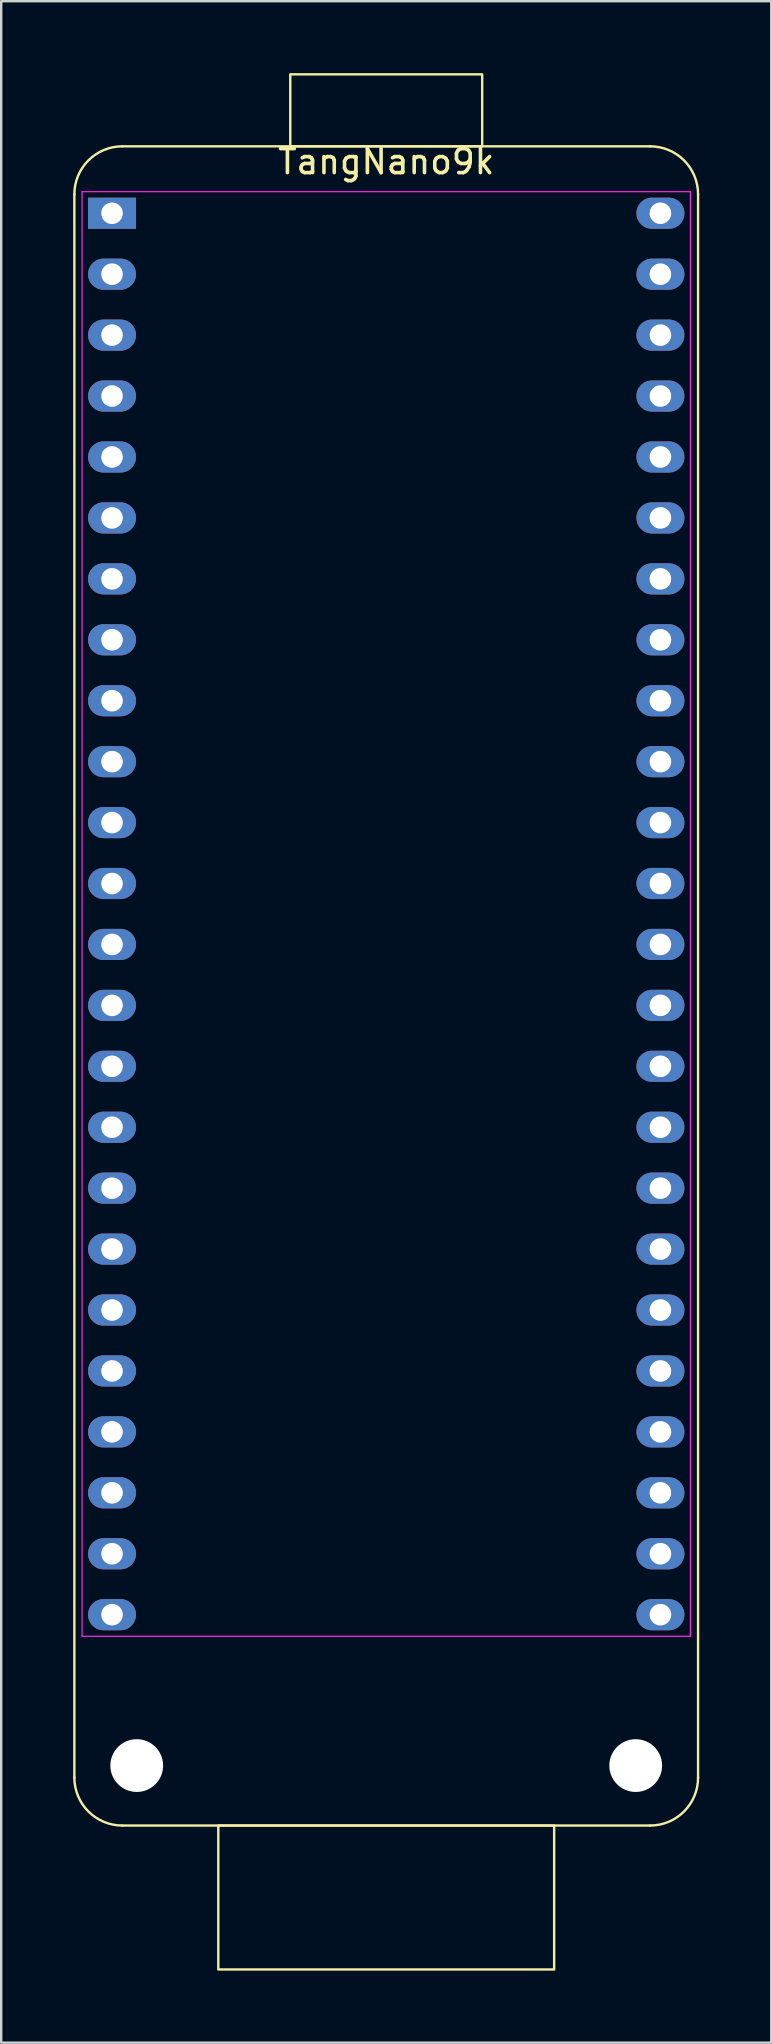
<source format=kicad_pcb>
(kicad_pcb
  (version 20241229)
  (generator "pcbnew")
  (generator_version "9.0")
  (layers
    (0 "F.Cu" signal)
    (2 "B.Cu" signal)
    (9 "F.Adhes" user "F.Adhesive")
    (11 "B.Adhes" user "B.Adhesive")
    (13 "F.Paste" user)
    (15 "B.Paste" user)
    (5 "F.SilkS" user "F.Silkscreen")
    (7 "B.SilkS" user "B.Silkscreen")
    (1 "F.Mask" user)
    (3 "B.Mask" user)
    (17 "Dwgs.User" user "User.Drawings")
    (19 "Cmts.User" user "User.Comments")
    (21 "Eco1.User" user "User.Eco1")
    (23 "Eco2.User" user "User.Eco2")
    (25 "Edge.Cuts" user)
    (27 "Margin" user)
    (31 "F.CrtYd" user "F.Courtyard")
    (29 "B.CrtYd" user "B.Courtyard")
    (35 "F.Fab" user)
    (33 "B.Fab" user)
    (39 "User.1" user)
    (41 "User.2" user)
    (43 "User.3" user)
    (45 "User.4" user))
  (footprint "TangNano9k"
    (layer "F.Cu")
    (at 13.05 35.05)
    (property "Reference" "TangNano9k" (at 0 -31.36 0) (layer "F.SilkS") (effects (font (size 1 1) (thickness 0.15))))
    (attr through_hole)
    (fp_line (start -13 -30) (end -13 36) (stroke (width 0.1) (type default)) (layer "F.SilkS"))
    (fp_line (start -11 -32) (end 11 -32) (stroke (width 0.1) (type default)) (layer "F.SilkS"))
    (fp_line (start -11 38) (end 11 38) (stroke (width 0.1) (type default)) (layer "F.SilkS"))
    (fp_line (start 13 36) (end 13 -30) (stroke (width 0.1) (type default)) (layer "F.SilkS"))
    (fp_rect (start -7 38) (end 7 44) (stroke (width 0.1) (type default)) (fill no) (layer "F.SilkS"))
    (fp_rect (start -4 -35) (end 4 -32) (stroke (width 0.1) (type default)) (fill no) (layer "F.SilkS"))
    (fp_arc (start -13 -30) (mid -12.414214 -31.414214) (end -11 -32) (stroke (width 0.1) (type default)) (layer "F.SilkS"))
    (fp_arc (start -11 38) (mid -12.414214 37.414214) (end -13 36) (stroke (width 0.1) (type default)) (layer "F.SilkS"))
    (fp_arc (start 11 -32) (mid 12.414214 -31.414214) (end 13 -30) (stroke (width 0.1) (type default)) (layer "F.SilkS"))
    (fp_arc (start 13 36) (mid 12.414214 37.414214) (end 11 38) (stroke (width 0.1) (type default)) (layer "F.SilkS"))
    (fp_line (start -12.68 -30.11) (end 12.68 -30.11) (stroke (width 0.05) (type default)) (layer "F.CrtYd"))
    (fp_line (start -12.68 30.11) (end -12.68 -30.11) (stroke (width 0.05) (type default)) (layer "F.CrtYd"))
    (fp_line (start 12.68 -30.11) (end 12.68 30.11) (stroke (width 0.05) (type default)) (layer "F.CrtYd"))
    (fp_line (start 12.68 30.11) (end -12.68 30.11) (stroke (width 0.05) (type default)) (layer "F.CrtYd"))
    (pad "" np_thru_hole circle (at -10.4 35.5) (size 2.2 2.2) (drill 2.2) (layers "*.Cu" "*.Mask"))
    (pad "" np_thru_hole circle (at 10.4 35.5) (size 2.2 2.2) (drill 2.2) (layers "*.Cu" "*.Mask"))
    (pad "1" thru_hole rect (at -11.43 -29.21 270) (size 1.3 2) (drill 0.9) (layers "*.Cu" "*.Mask"))
    (pad "2" thru_hole oval (at -11.43 -26.67 270) (size 1.3 2) (drill 0.9) (layers "*.Cu" "*.Mask"))
    (pad "3" thru_hole oval (at -11.43 -24.13 270) (size 1.3 2) (drill 0.9) (layers "*.Cu" "*.Mask"))
    (pad "4" thru_hole oval (at -11.43 -21.59 270) (size 1.3 2) (drill 0.9) (layers "*.Cu" "*.Mask"))
    (pad "5" thru_hole oval (at -11.43 -19.05 270) (size 1.3 2) (drill 0.9) (layers "*.Cu" "*.Mask"))
    (pad "6" thru_hole oval (at -11.43 -16.51 270) (size 1.3 2) (drill 0.9) (layers "*.Cu" "*.Mask"))
    (pad "7" thru_hole oval (at -11.43 -13.97 270) (size 1.3 2) (drill 0.9) (layers "*.Cu" "*.Mask"))
    (pad "8" thru_hole oval (at -11.43 -11.43 270) (size 1.3 2) (drill 0.9) (layers "*.Cu" "*.Mask"))
    (pad "9" thru_hole oval (at -11.43 -8.89 270) (size 1.3 2) (drill 0.9) (layers "*.Cu" "*.Mask"))
    (pad "10" thru_hole oval (at -11.43 -6.35 270) (size 1.3 2) (drill 0.9) (layers "*.Cu" "*.Mask"))
    (pad "11" thru_hole oval (at -11.43 -3.81 270) (size 1.3 2) (drill 0.9) (layers "*.Cu" "*.Mask"))
    (pad "12" thru_hole oval (at -11.43 -1.27 270) (size 1.3 2) (drill 0.9) (layers "*.Cu" "*.Mask"))
    (pad "13" thru_hole oval (at -11.43 1.27 270) (size 1.3 2) (drill 0.9) (layers "*.Cu" "*.Mask"))
    (pad "14" thru_hole oval (at -11.43 3.81 270) (size 1.3 2) (drill 0.9) (layers "*.Cu" "*.Mask"))
    (pad "15" thru_hole oval (at -11.43 6.35 270) (size 1.3 2) (drill 0.9) (layers "*.Cu" "*.Mask"))
    (pad "16" thru_hole oval (at -11.43 8.89 270) (size 1.3 2) (drill 0.9) (layers "*.Cu" "*.Mask"))
    (pad "17" thru_hole oval (at -11.43 11.43 270) (size 1.3 2) (drill 0.9) (layers "*.Cu" "*.Mask"))
    (pad "18" thru_hole oval (at -11.43 13.97 270) (size 1.3 2) (drill 0.9) (layers "*.Cu" "*.Mask"))
    (pad "19" thru_hole oval (at -11.43 16.51 270) (size 1.3 2) (drill 0.9) (layers "*.Cu" "*.Mask"))
    (pad "20" thru_hole oval (at -11.43 19.05 270) (size 1.3 2) (drill 0.9) (layers "*.Cu" "*.Mask"))
    (pad "21" thru_hole oval (at -11.43 21.59 270) (size 1.3 2) (drill 0.9) (layers "*.Cu" "*.Mask"))
    (pad "22" thru_hole oval (at -11.43 24.13 270) (size 1.3 2) (drill 0.9) (layers "*.Cu" "*.Mask"))
    (pad "23" thru_hole oval (at -11.43 26.67 270) (size 1.3 2) (drill 0.9) (layers "*.Cu" "*.Mask"))
    (pad "24" thru_hole oval (at -11.43 29.21 270) (size 1.3 2) (drill 0.9) (layers "*.Cu" "*.Mask"))
    (pad "25" thru_hole oval (at 11.43 29.21 270) (size 1.3 2) (drill 0.9) (layers "*.Cu" "*.Mask"))
    (pad "26" thru_hole oval (at 11.43 26.67 270) (size 1.3 2) (drill 0.9) (layers "*.Cu" "*.Mask"))
    (pad "27" thru_hole oval (at 11.43 24.13 270) (size 1.3 2) (drill 0.9) (layers "*.Cu" "*.Mask"))
    (pad "28" thru_hole oval (at 11.43 21.59 270) (size 1.3 2) (drill 0.9) (layers "*.Cu" "*.Mask"))
    (pad "29" thru_hole oval (at 11.43 19.05 270) (size 1.3 2) (drill 0.9) (layers "*.Cu" "*.Mask"))
    (pad "30" thru_hole oval (at 11.43 16.51 270) (size 1.3 2) (drill 0.9) (layers "*.Cu" "*.Mask"))
    (pad "31" thru_hole oval (at 11.43 13.97 270) (size 1.3 2) (drill 0.9) (layers "*.Cu" "*.Mask"))
    (pad "32" thru_hole oval (at 11.43 11.43 270) (size 1.3 2) (drill 0.9) (layers "*.Cu" "*.Mask"))
    (pad "33" thru_hole oval (at 11.43 8.89 270) (size 1.3 2) (drill 0.9) (layers "*.Cu" "*.Mask"))
    (pad "34" thru_hole oval (at 11.43 6.35 270) (size 1.3 2) (drill 0.9) (layers "*.Cu" "*.Mask"))
    (pad "35" thru_hole oval (at 11.43 3.81 270) (size 1.3 2) (drill 0.9) (layers "*.Cu" "*.Mask"))
    (pad "36" thru_hole oval (at 11.43 1.27 270) (size 1.3 2) (drill 0.9) (layers "*.Cu" "*.Mask"))
    (pad "37" thru_hole oval (at 11.43 -1.27 270) (size 1.3 2) (drill 0.9) (layers "*.Cu" "*.Mask"))
    (pad "38" thru_hole oval (at 11.43 -3.81 270) (size 1.3 2) (drill 0.9) (layers "*.Cu" "*.Mask"))
    (pad "39" thru_hole oval (at 11.43 -6.35 270) (size 1.3 2) (drill 0.9) (layers "*.Cu" "*.Mask"))
    (pad "40" thru_hole oval (at 11.43 -8.89 270) (size 1.3 2) (drill 0.9) (layers "*.Cu" "*.Mask"))
    (pad "41" thru_hole oval (at 11.43 -11.43 270) (size 1.3 2) (drill 0.9) (layers "*.Cu" "*.Mask"))
    (pad "42" thru_hole oval (at 11.43 -13.97 270) (size 1.3 2) (drill 0.9) (layers "*.Cu" "*.Mask"))
    (pad "43" thru_hole oval (at 11.43 -16.51 270) (size 1.3 2) (drill 0.9) (layers "*.Cu" "*.Mask"))
    (pad "44" thru_hole oval (at 11.43 -19.05 270) (size 1.3 2) (drill 0.9) (layers "*.Cu" "*.Mask"))
    (pad "45" thru_hole oval (at 11.43 -21.59 270) (size 1.3 2) (drill 0.9) (layers "*.Cu" "*.Mask"))
    (pad "46" thru_hole oval (at 11.43 -24.13 270) (size 1.3 2) (drill 0.9) (layers "*.Cu" "*.Mask"))
    (pad "47" thru_hole oval (at 11.43 -26.67 270) (size 1.3 2) (drill 0.9) (layers "*.Cu" "*.Mask"))
    (pad "48" thru_hole oval (at 11.43 -29.21 270) (size 1.3 2) (drill 0.9) (layers "*.Cu" "*.Mask")))
  (gr_rect
    (start -3 -3)
    (end 29.1 82.1)
    (stroke (width 0.1) (type default))
    (fill no)
    (layer "Edge.Cuts")))
</source>
